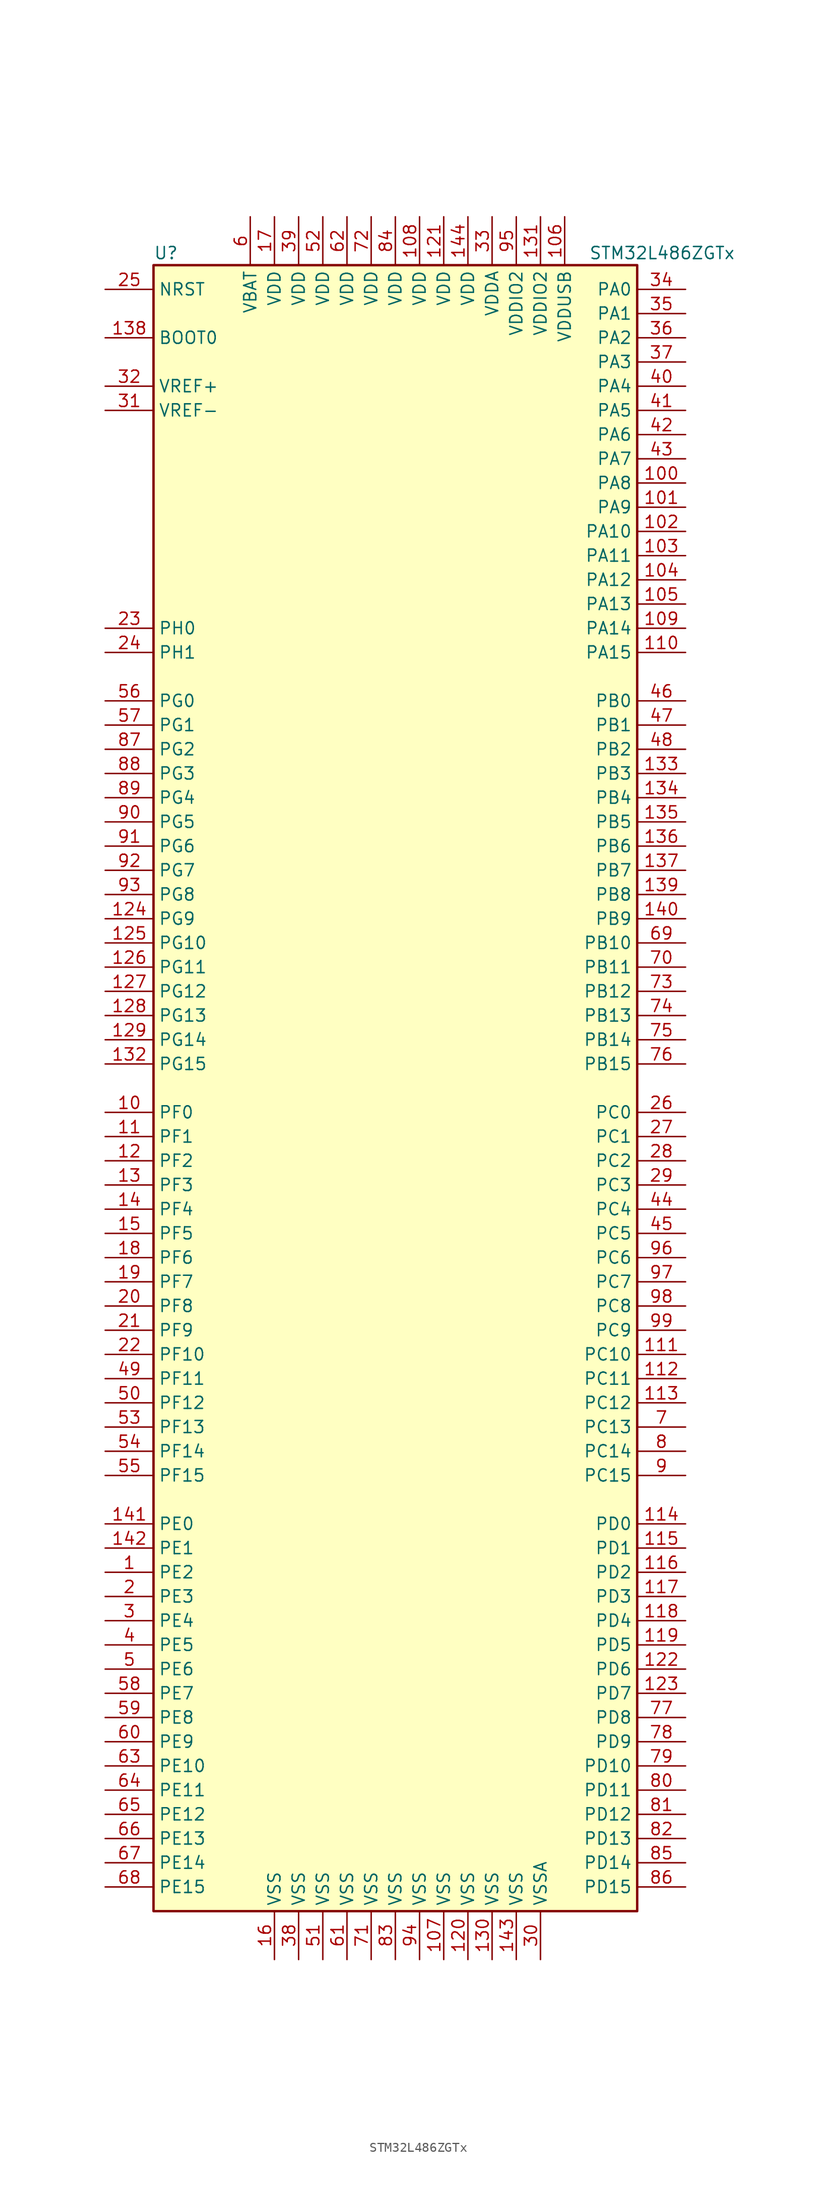
<source format=kicad_sym>
(kicad_symbol_lib
  (version 20201005)
  (generator kicad_symbol_editor)
  (symbol "STM32L486ZGTx"
    (property "Reference" "U"
      (at -25.4 87.63 0)
      (effects (font (size 1.27 1.27)) (justify left)))
    (property "Value" "STM32L486ZGTx"
      (at 20.32 87.63 0)
      (effects (font (size 1.27 1.27)) (justify left)))
    (symbol "STM32L486ZGTx_0_1"
      (rectangle (start -25.4 -86.36) (end 25.4 86.36) (stroke (width 0.254)) (fill (type background))))
    (symbol "STM32L486ZGTx_1_1"
      (pin bidirectional line (at -30.48 -50.8 0) (length 5.08) (name "PE2" (effects (font (size 1.27 1.27)))) (number "1" (effects (font (size 1.27 1.27)))))
      (pin bidirectional line (at -30.48 -2.54 0) (length 5.08) (name "PF0" (effects (font (size 1.27 1.27)))) (number "10" (effects (font (size 1.27 1.27)))))
      (pin bidirectional line (at 30.48 63.5 180) (length 5.08) (name "PA8" (effects (font (size 1.27 1.27)))) (number "100" (effects (font (size 1.27 1.27)))))
      (pin bidirectional line (at 30.48 60.96 180) (length 5.08) (name "PA9" (effects (font (size 1.27 1.27)))) (number "101" (effects (font (size 1.27 1.27)))))
      (pin bidirectional line (at 30.48 58.42 180) (length 5.08) (name "PA10" (effects (font (size 1.27 1.27)))) (number "102" (effects (font (size 1.27 1.27)))))
      (pin bidirectional line (at 30.48 55.88 180) (length 5.08) (name "PA11" (effects (font (size 1.27 1.27)))) (number "103" (effects (font (size 1.27 1.27)))))
      (pin bidirectional line (at 30.48 53.34 180) (length 5.08) (name "PA12" (effects (font (size 1.27 1.27)))) (number "104" (effects (font (size 1.27 1.27)))))
      (pin bidirectional line (at 30.48 50.8 180) (length 5.08) (name "PA13" (effects (font (size 1.27 1.27)))) (number "105" (effects (font (size 1.27 1.27)))))
      (pin power_in line (at 17.78 91.44 270) (length 5.08) (name "VDDUSB" (effects (font (size 1.27 1.27)))) (number "106" (effects (font (size 1.27 1.27)))))
      (pin power_in line (at 5.08 -91.44 90) (length 5.08) (name "VSS" (effects (font (size 1.27 1.27)))) (number "107" (effects (font (size 1.27 1.27)))))
      (pin power_in line (at 2.54 91.44 270) (length 5.08) (name "VDD" (effects (font (size 1.27 1.27)))) (number "108" (effects (font (size 1.27 1.27)))))
      (pin bidirectional line (at 30.48 48.26 180) (length 5.08) (name "PA14" (effects (font (size 1.27 1.27)))) (number "109" (effects (font (size 1.27 1.27)))))
      (pin bidirectional line (at -30.48 -5.08 0) (length 5.08) (name "PF1" (effects (font (size 1.27 1.27)))) (number "11" (effects (font (size 1.27 1.27)))))
      (pin bidirectional line (at 30.48 45.72 180) (length 5.08) (name "PA15" (effects (font (size 1.27 1.27)))) (number "110" (effects (font (size 1.27 1.27)))))
      (pin bidirectional line (at 30.48 -27.94 180) (length 5.08) (name "PC10" (effects (font (size 1.27 1.27)))) (number "111" (effects (font (size 1.27 1.27)))))
      (pin bidirectional line (at 30.48 -30.48 180) (length 5.08) (name "PC11" (effects (font (size 1.27 1.27)))) (number "112" (effects (font (size 1.27 1.27)))))
      (pin bidirectional line (at 30.48 -33.02 180) (length 5.08) (name "PC12" (effects (font (size 1.27 1.27)))) (number "113" (effects (font (size 1.27 1.27)))))
      (pin bidirectional line (at 30.48 -45.72 180) (length 5.08) (name "PD0" (effects (font (size 1.27 1.27)))) (number "114" (effects (font (size 1.27 1.27)))))
      (pin bidirectional line (at 30.48 -48.26 180) (length 5.08) (name "PD1" (effects (font (size 1.27 1.27)))) (number "115" (effects (font (size 1.27 1.27)))))
      (pin bidirectional line (at 30.48 -50.8 180) (length 5.08) (name "PD2" (effects (font (size 1.27 1.27)))) (number "116" (effects (font (size 1.27 1.27)))))
      (pin bidirectional line (at 30.48 -53.34 180) (length 5.08) (name "PD3" (effects (font (size 1.27 1.27)))) (number "117" (effects (font (size 1.27 1.27)))))
      (pin bidirectional line (at 30.48 -55.88 180) (length 5.08) (name "PD4" (effects (font (size 1.27 1.27)))) (number "118" (effects (font (size 1.27 1.27)))))
      (pin bidirectional line (at 30.48 -58.42 180) (length 5.08) (name "PD5" (effects (font (size 1.27 1.27)))) (number "119" (effects (font (size 1.27 1.27)))))
      (pin bidirectional line (at -30.48 -7.62 0) (length 5.08) (name "PF2" (effects (font (size 1.27 1.27)))) (number "12" (effects (font (size 1.27 1.27)))))
      (pin power_in line (at 7.62 -91.44 90) (length 5.08) (name "VSS" (effects (font (size 1.27 1.27)))) (number "120" (effects (font (size 1.27 1.27)))))
      (pin power_in line (at 5.08 91.44 270) (length 5.08) (name "VDD" (effects (font (size 1.27 1.27)))) (number "121" (effects (font (size 1.27 1.27)))))
      (pin bidirectional line (at 30.48 -60.96 180) (length 5.08) (name "PD6" (effects (font (size 1.27 1.27)))) (number "122" (effects (font (size 1.27 1.27)))))
      (pin bidirectional line (at 30.48 -63.5 180) (length 5.08) (name "PD7" (effects (font (size 1.27 1.27)))) (number "123" (effects (font (size 1.27 1.27)))))
      (pin bidirectional line (at -30.48 17.78 0) (length 5.08) (name "PG9" (effects (font (size 1.27 1.27)))) (number "124" (effects (font (size 1.27 1.27)))))
      (pin bidirectional line (at -30.48 15.24 0) (length 5.08) (name "PG10" (effects (font (size 1.27 1.27)))) (number "125" (effects (font (size 1.27 1.27)))))
      (pin bidirectional line (at -30.48 12.7 0) (length 5.08) (name "PG11" (effects (font (size 1.27 1.27)))) (number "126" (effects (font (size 1.27 1.27)))))
      (pin bidirectional line (at -30.48 10.16 0) (length 5.08) (name "PG12" (effects (font (size 1.27 1.27)))) (number "127" (effects (font (size 1.27 1.27)))))
      (pin bidirectional line (at -30.48 7.62 0) (length 5.08) (name "PG13" (effects (font (size 1.27 1.27)))) (number "128" (effects (font (size 1.27 1.27)))))
      (pin bidirectional line (at -30.48 5.08 0) (length 5.08) (name "PG14" (effects (font (size 1.27 1.27)))) (number "129" (effects (font (size 1.27 1.27)))))
      (pin bidirectional line (at -30.48 -10.16 0) (length 5.08) (name "PF3" (effects (font (size 1.27 1.27)))) (number "13" (effects (font (size 1.27 1.27)))))
      (pin power_in line (at 10.16 -91.44 90) (length 5.08) (name "VSS" (effects (font (size 1.27 1.27)))) (number "130" (effects (font (size 1.27 1.27)))))
      (pin power_in line (at 15.24 91.44 270) (length 5.08) (name "VDDIO2" (effects (font (size 1.27 1.27)))) (number "131" (effects (font (size 1.27 1.27)))))
      (pin bidirectional line (at -30.48 2.54 0) (length 5.08) (name "PG15" (effects (font (size 1.27 1.27)))) (number "132" (effects (font (size 1.27 1.27)))))
      (pin bidirectional line (at 30.48 33.02 180) (length 5.08) (name "PB3" (effects (font (size 1.27 1.27)))) (number "133" (effects (font (size 1.27 1.27)))))
      (pin bidirectional line (at 30.48 30.48 180) (length 5.08) (name "PB4" (effects (font (size 1.27 1.27)))) (number "134" (effects (font (size 1.27 1.27)))))
      (pin bidirectional line (at 30.48 27.94 180) (length 5.08) (name "PB5" (effects (font (size 1.27 1.27)))) (number "135" (effects (font (size 1.27 1.27)))))
      (pin bidirectional line (at 30.48 25.4 180) (length 5.08) (name "PB6" (effects (font (size 1.27 1.27)))) (number "136" (effects (font (size 1.27 1.27)))))
      (pin bidirectional line (at 30.48 22.86 180) (length 5.08) (name "PB7" (effects (font (size 1.27 1.27)))) (number "137" (effects (font (size 1.27 1.27)))))
      (pin input line (at -30.48 78.74 0) (length 5.08) (name "BOOT0" (effects (font (size 1.27 1.27)))) (number "138" (effects (font (size 1.27 1.27)))))
      (pin bidirectional line (at 30.48 20.32 180) (length 5.08) (name "PB8" (effects (font (size 1.27 1.27)))) (number "139" (effects (font (size 1.27 1.27)))))
      (pin bidirectional line (at -30.48 -12.7 0) (length 5.08) (name "PF4" (effects (font (size 1.27 1.27)))) (number "14" (effects (font (size 1.27 1.27)))))
      (pin bidirectional line (at 30.48 17.78 180) (length 5.08) (name "PB9" (effects (font (size 1.27 1.27)))) (number "140" (effects (font (size 1.27 1.27)))))
      (pin bidirectional line (at -30.48 -45.72 0) (length 5.08) (name "PE0" (effects (font (size 1.27 1.27)))) (number "141" (effects (font (size 1.27 1.27)))))
      (pin bidirectional line (at -30.48 -48.26 0) (length 5.08) (name "PE1" (effects (font (size 1.27 1.27)))) (number "142" (effects (font (size 1.27 1.27)))))
      (pin power_in line (at 12.7 -91.44 90) (length 5.08) (name "VSS" (effects (font (size 1.27 1.27)))) (number "143" (effects (font (size 1.27 1.27)))))
      (pin power_in line (at 7.62 91.44 270) (length 5.08) (name "VDD" (effects (font (size 1.27 1.27)))) (number "144" (effects (font (size 1.27 1.27)))))
      (pin bidirectional line (at -30.48 -15.24 0) (length 5.08) (name "PF5" (effects (font (size 1.27 1.27)))) (number "15" (effects (font (size 1.27 1.27)))))
      (pin power_in line (at -12.7 -91.44 90) (length 5.08) (name "VSS" (effects (font (size 1.27 1.27)))) (number "16" (effects (font (size 1.27 1.27)))))
      (pin power_in line (at -12.7 91.44 270) (length 5.08) (name "VDD" (effects (font (size 1.27 1.27)))) (number "17" (effects (font (size 1.27 1.27)))))
      (pin bidirectional line (at -30.48 -17.78 0) (length 5.08) (name "PF6" (effects (font (size 1.27 1.27)))) (number "18" (effects (font (size 1.27 1.27)))))
      (pin bidirectional line (at -30.48 -20.32 0) (length 5.08) (name "PF7" (effects (font (size 1.27 1.27)))) (number "19" (effects (font (size 1.27 1.27)))))
      (pin bidirectional line (at -30.48 -53.34 0) (length 5.08) (name "PE3" (effects (font (size 1.27 1.27)))) (number "2" (effects (font (size 1.27 1.27)))))
      (pin bidirectional line (at -30.48 -22.86 0) (length 5.08) (name "PF8" (effects (font (size 1.27 1.27)))) (number "20" (effects (font (size 1.27 1.27)))))
      (pin bidirectional line (at -30.48 -25.4 0) (length 5.08) (name "PF9" (effects (font (size 1.27 1.27)))) (number "21" (effects (font (size 1.27 1.27)))))
      (pin bidirectional line (at -30.48 -27.94 0) (length 5.08) (name "PF10" (effects (font (size 1.27 1.27)))) (number "22" (effects (font (size 1.27 1.27)))))
      (pin input line (at -30.48 48.26 0) (length 5.08) (name "PH0" (effects (font (size 1.27 1.27)))) (number "23" (effects (font (size 1.27 1.27)))))
      (pin input line (at -30.48 45.72 0) (length 5.08) (name "PH1" (effects (font (size 1.27 1.27)))) (number "24" (effects (font (size 1.27 1.27)))))
      (pin input line (at -30.48 83.82 0) (length 5.08) (name "NRST" (effects (font (size 1.27 1.27)))) (number "25" (effects (font (size 1.27 1.27)))))
      (pin bidirectional line (at 30.48 -2.54 180) (length 5.08) (name "PC0" (effects (font (size 1.27 1.27)))) (number "26" (effects (font (size 1.27 1.27)))))
      (pin bidirectional line (at 30.48 -5.08 180) (length 5.08) (name "PC1" (effects (font (size 1.27 1.27)))) (number "27" (effects (font (size 1.27 1.27)))))
      (pin bidirectional line (at 30.48 -7.62 180) (length 5.08) (name "PC2" (effects (font (size 1.27 1.27)))) (number "28" (effects (font (size 1.27 1.27)))))
      (pin bidirectional line (at 30.48 -10.16 180) (length 5.08) (name "PC3" (effects (font (size 1.27 1.27)))) (number "29" (effects (font (size 1.27 1.27)))))
      (pin bidirectional line (at -30.48 -55.88 0) (length 5.08) (name "PE4" (effects (font (size 1.27 1.27)))) (number "3" (effects (font (size 1.27 1.27)))))
      (pin power_in line (at 15.24 -91.44 90) (length 5.08) (name "VSSA" (effects (font (size 1.27 1.27)))) (number "30" (effects (font (size 1.27 1.27)))))
      (pin power_in line (at -30.48 71.12 0) (length 5.08) (name "VREF-" (effects (font (size 1.27 1.27)))) (number "31" (effects (font (size 1.27 1.27)))))
      (pin bidirectional line (at -30.48 73.66 0) (length 5.08) (name "VREF+" (effects (font (size 1.27 1.27)))) (number "32" (effects (font (size 1.27 1.27)))))
      (pin power_in line (at 10.16 91.44 270) (length 5.08) (name "VDDA" (effects (font (size 1.27 1.27)))) (number "33" (effects (font (size 1.27 1.27)))))
      (pin bidirectional line (at 30.48 83.82 180) (length 5.08) (name "PA0" (effects (font (size 1.27 1.27)))) (number "34" (effects (font (size 1.27 1.27)))))
      (pin bidirectional line (at 30.48 81.28 180) (length 5.08) (name "PA1" (effects (font (size 1.27 1.27)))) (number "35" (effects (font (size 1.27 1.27)))))
      (pin bidirectional line (at 30.48 78.74 180) (length 5.08) (name "PA2" (effects (font (size 1.27 1.27)))) (number "36" (effects (font (size 1.27 1.27)))))
      (pin bidirectional line (at 30.48 76.2 180) (length 5.08) (name "PA3" (effects (font (size 1.27 1.27)))) (number "37" (effects (font (size 1.27 1.27)))))
      (pin power_in line (at -10.16 -91.44 90) (length 5.08) (name "VSS" (effects (font (size 1.27 1.27)))) (number "38" (effects (font (size 1.27 1.27)))))
      (pin power_in line (at -10.16 91.44 270) (length 5.08) (name "VDD" (effects (font (size 1.27 1.27)))) (number "39" (effects (font (size 1.27 1.27)))))
      (pin bidirectional line (at -30.48 -58.42 0) (length 5.08) (name "PE5" (effects (font (size 1.27 1.27)))) (number "4" (effects (font (size 1.27 1.27)))))
      (pin bidirectional line (at 30.48 73.66 180) (length 5.08) (name "PA4" (effects (font (size 1.27 1.27)))) (number "40" (effects (font (size 1.27 1.27)))))
      (pin bidirectional line (at 30.48 71.12 180) (length 5.08) (name "PA5" (effects (font (size 1.27 1.27)))) (number "41" (effects (font (size 1.27 1.27)))))
      (pin bidirectional line (at 30.48 68.58 180) (length 5.08) (name "PA6" (effects (font (size 1.27 1.27)))) (number "42" (effects (font (size 1.27 1.27)))))
      (pin bidirectional line (at 30.48 66.04 180) (length 5.08) (name "PA7" (effects (font (size 1.27 1.27)))) (number "43" (effects (font (size 1.27 1.27)))))
      (pin bidirectional line (at 30.48 -12.7 180) (length 5.08) (name "PC4" (effects (font (size 1.27 1.27)))) (number "44" (effects (font (size 1.27 1.27)))))
      (pin bidirectional line (at 30.48 -15.24 180) (length 5.08) (name "PC5" (effects (font (size 1.27 1.27)))) (number "45" (effects (font (size 1.27 1.27)))))
      (pin bidirectional line (at 30.48 40.64 180) (length 5.08) (name "PB0" (effects (font (size 1.27 1.27)))) (number "46" (effects (font (size 1.27 1.27)))))
      (pin bidirectional line (at 30.48 38.1 180) (length 5.08) (name "PB1" (effects (font (size 1.27 1.27)))) (number "47" (effects (font (size 1.27 1.27)))))
      (pin bidirectional line (at 30.48 35.56 180) (length 5.08) (name "PB2" (effects (font (size 1.27 1.27)))) (number "48" (effects (font (size 1.27 1.27)))))
      (pin bidirectional line (at -30.48 -30.48 0) (length 5.08) (name "PF11" (effects (font (size 1.27 1.27)))) (number "49" (effects (font (size 1.27 1.27)))))
      (pin bidirectional line (at -30.48 -60.96 0) (length 5.08) (name "PE6" (effects (font (size 1.27 1.27)))) (number "5" (effects (font (size 1.27 1.27)))))
      (pin bidirectional line (at -30.48 -33.02 0) (length 5.08) (name "PF12" (effects (font (size 1.27 1.27)))) (number "50" (effects (font (size 1.27 1.27)))))
      (pin power_in line (at -7.62 -91.44 90) (length 5.08) (name "VSS" (effects (font (size 1.27 1.27)))) (number "51" (effects (font (size 1.27 1.27)))))
      (pin power_in line (at -7.62 91.44 270) (length 5.08) (name "VDD" (effects (font (size 1.27 1.27)))) (number "52" (effects (font (size 1.27 1.27)))))
      (pin bidirectional line (at -30.48 -35.56 0) (length 5.08) (name "PF13" (effects (font (size 1.27 1.27)))) (number "53" (effects (font (size 1.27 1.27)))))
      (pin bidirectional line (at -30.48 -38.1 0) (length 5.08) (name "PF14" (effects (font (size 1.27 1.27)))) (number "54" (effects (font (size 1.27 1.27)))))
      (pin bidirectional line (at -30.48 -40.64 0) (length 5.08) (name "PF15" (effects (font (size 1.27 1.27)))) (number "55" (effects (font (size 1.27 1.27)))))
      (pin bidirectional line (at -30.48 40.64 0) (length 5.08) (name "PG0" (effects (font (size 1.27 1.27)))) (number "56" (effects (font (size 1.27 1.27)))))
      (pin bidirectional line (at -30.48 38.1 0) (length 5.08) (name "PG1" (effects (font (size 1.27 1.27)))) (number "57" (effects (font (size 1.27 1.27)))))
      (pin bidirectional line (at -30.48 -63.5 0) (length 5.08) (name "PE7" (effects (font (size 1.27 1.27)))) (number "58" (effects (font (size 1.27 1.27)))))
      (pin bidirectional line (at -30.48 -66.04 0) (length 5.08) (name "PE8" (effects (font (size 1.27 1.27)))) (number "59" (effects (font (size 1.27 1.27)))))
      (pin power_in line (at -15.24 91.44 270) (length 5.08) (name "VBAT" (effects (font (size 1.27 1.27)))) (number "6" (effects (font (size 1.27 1.27)))))
      (pin bidirectional line (at -30.48 -68.58 0) (length 5.08) (name "PE9" (effects (font (size 1.27 1.27)))) (number "60" (effects (font (size 1.27 1.27)))))
      (pin power_in line (at -5.08 -91.44 90) (length 5.08) (name "VSS" (effects (font (size 1.27 1.27)))) (number "61" (effects (font (size 1.27 1.27)))))
      (pin power_in line (at -5.08 91.44 270) (length 5.08) (name "VDD" (effects (font (size 1.27 1.27)))) (number "62" (effects (font (size 1.27 1.27)))))
      (pin bidirectional line (at -30.48 -71.12 0) (length 5.08) (name "PE10" (effects (font (size 1.27 1.27)))) (number "63" (effects (font (size 1.27 1.27)))))
      (pin bidirectional line (at -30.48 -73.66 0) (length 5.08) (name "PE11" (effects (font (size 1.27 1.27)))) (number "64" (effects (font (size 1.27 1.27)))))
      (pin bidirectional line (at -30.48 -76.2 0) (length 5.08) (name "PE12" (effects (font (size 1.27 1.27)))) (number "65" (effects (font (size 1.27 1.27)))))
      (pin bidirectional line (at -30.48 -78.74 0) (length 5.08) (name "PE13" (effects (font (size 1.27 1.27)))) (number "66" (effects (font (size 1.27 1.27)))))
      (pin bidirectional line (at -30.48 -81.28 0) (length 5.08) (name "PE14" (effects (font (size 1.27 1.27)))) (number "67" (effects (font (size 1.27 1.27)))))
      (pin bidirectional line (at -30.48 -83.82 0) (length 5.08) (name "PE15" (effects (font (size 1.27 1.27)))) (number "68" (effects (font (size 1.27 1.27)))))
      (pin bidirectional line (at 30.48 15.24 180) (length 5.08) (name "PB10" (effects (font (size 1.27 1.27)))) (number "69" (effects (font (size 1.27 1.27)))))
      (pin bidirectional line (at 30.48 -35.56 180) (length 5.08) (name "PC13" (effects (font (size 1.27 1.27)))) (number "7" (effects (font (size 1.27 1.27)))))
      (pin bidirectional line (at 30.48 12.7 180) (length 5.08) (name "PB11" (effects (font (size 1.27 1.27)))) (number "70" (effects (font (size 1.27 1.27)))))
      (pin power_in line (at -2.54 -91.44 90) (length 5.08) (name "VSS" (effects (font (size 1.27 1.27)))) (number "71" (effects (font (size 1.27 1.27)))))
      (pin power_in line (at -2.54 91.44 270) (length 5.08) (name "VDD" (effects (font (size 1.27 1.27)))) (number "72" (effects (font (size 1.27 1.27)))))
      (pin bidirectional line (at 30.48 10.16 180) (length 5.08) (name "PB12" (effects (font (size 1.27 1.27)))) (number "73" (effects (font (size 1.27 1.27)))))
      (pin bidirectional line (at 30.48 7.62 180) (length 5.08) (name "PB13" (effects (font (size 1.27 1.27)))) (number "74" (effects (font (size 1.27 1.27)))))
      (pin bidirectional line (at 30.48 5.08 180) (length 5.08) (name "PB14" (effects (font (size 1.27 1.27)))) (number "75" (effects (font (size 1.27 1.27)))))
      (pin bidirectional line (at 30.48 2.54 180) (length 5.08) (name "PB15" (effects (font (size 1.27 1.27)))) (number "76" (effects (font (size 1.27 1.27)))))
      (pin bidirectional line (at 30.48 -66.04 180) (length 5.08) (name "PD8" (effects (font (size 1.27 1.27)))) (number "77" (effects (font (size 1.27 1.27)))))
      (pin bidirectional line (at 30.48 -68.58 180) (length 5.08) (name "PD9" (effects (font (size 1.27 1.27)))) (number "78" (effects (font (size 1.27 1.27)))))
      (pin bidirectional line (at 30.48 -71.12 180) (length 5.08) (name "PD10" (effects (font (size 1.27 1.27)))) (number "79" (effects (font (size 1.27 1.27)))))
      (pin bidirectional line (at 30.48 -38.1 180) (length 5.08) (name "PC14" (effects (font (size 1.27 1.27)))) (number "8" (effects (font (size 1.27 1.27)))))
      (pin bidirectional line (at 30.48 -73.66 180) (length 5.08) (name "PD11" (effects (font (size 1.27 1.27)))) (number "80" (effects (font (size 1.27 1.27)))))
      (pin bidirectional line (at 30.48 -76.2 180) (length 5.08) (name "PD12" (effects (font (size 1.27 1.27)))) (number "81" (effects (font (size 1.27 1.27)))))
      (pin bidirectional line (at 30.48 -78.74 180) (length 5.08) (name "PD13" (effects (font (size 1.27 1.27)))) (number "82" (effects (font (size 1.27 1.27)))))
      (pin power_in line (at 0 -91.44 90) (length 5.08) (name "VSS" (effects (font (size 1.27 1.27)))) (number "83" (effects (font (size 1.27 1.27)))))
      (pin power_in line (at 0 91.44 270) (length 5.08) (name "VDD" (effects (font (size 1.27 1.27)))) (number "84" (effects (font (size 1.27 1.27)))))
      (pin bidirectional line (at 30.48 -81.28 180) (length 5.08) (name "PD14" (effects (font (size 1.27 1.27)))) (number "85" (effects (font (size 1.27 1.27)))))
      (pin bidirectional line (at 30.48 -83.82 180) (length 5.08) (name "PD15" (effects (font (size 1.27 1.27)))) (number "86" (effects (font (size 1.27 1.27)))))
      (pin bidirectional line (at -30.48 35.56 0) (length 5.08) (name "PG2" (effects (font (size 1.27 1.27)))) (number "87" (effects (font (size 1.27 1.27)))))
      (pin bidirectional line (at -30.48 33.02 0) (length 5.08) (name "PG3" (effects (font (size 1.27 1.27)))) (number "88" (effects (font (size 1.27 1.27)))))
      (pin bidirectional line (at -30.48 30.48 0) (length 5.08) (name "PG4" (effects (font (size 1.27 1.27)))) (number "89" (effects (font (size 1.27 1.27)))))
      (pin bidirectional line (at 30.48 -40.64 180) (length 5.08) (name "PC15" (effects (font (size 1.27 1.27)))) (number "9" (effects (font (size 1.27 1.27)))))
      (pin bidirectional line (at -30.48 27.94 0) (length 5.08) (name "PG5" (effects (font (size 1.27 1.27)))) (number "90" (effects (font (size 1.27 1.27)))))
      (pin bidirectional line (at -30.48 25.4 0) (length 5.08) (name "PG6" (effects (font (size 1.27 1.27)))) (number "91" (effects (font (size 1.27 1.27)))))
      (pin bidirectional line (at -30.48 22.86 0) (length 5.08) (name "PG7" (effects (font (size 1.27 1.27)))) (number "92" (effects (font (size 1.27 1.27)))))
      (pin bidirectional line (at -30.48 20.32 0) (length 5.08) (name "PG8" (effects (font (size 1.27 1.27)))) (number "93" (effects (font (size 1.27 1.27)))))
      (pin power_in line (at 2.54 -91.44 90) (length 5.08) (name "VSS" (effects (font (size 1.27 1.27)))) (number "94" (effects (font (size 1.27 1.27)))))
      (pin power_in line (at 12.7 91.44 270) (length 5.08) (name "VDDIO2" (effects (font (size 1.27 1.27)))) (number "95" (effects (font (size 1.27 1.27)))))
      (pin bidirectional line (at 30.48 -17.78 180) (length 5.08) (name "PC6" (effects (font (size 1.27 1.27)))) (number "96" (effects (font (size 1.27 1.27)))))
      (pin bidirectional line (at 30.48 -20.32 180) (length 5.08) (name "PC7" (effects (font (size 1.27 1.27)))) (number "97" (effects (font (size 1.27 1.27)))))
      (pin bidirectional line (at 30.48 -22.86 180) (length 5.08) (name "PC8" (effects (font (size 1.27 1.27)))) (number "98" (effects (font (size 1.27 1.27)))))
      (pin bidirectional line (at 30.48 -25.4 180) (length 5.08) (name "PC9" (effects (font (size 1.27 1.27)))) (number "99" (effects (font (size 1.27 1.27))))))))
</source>
